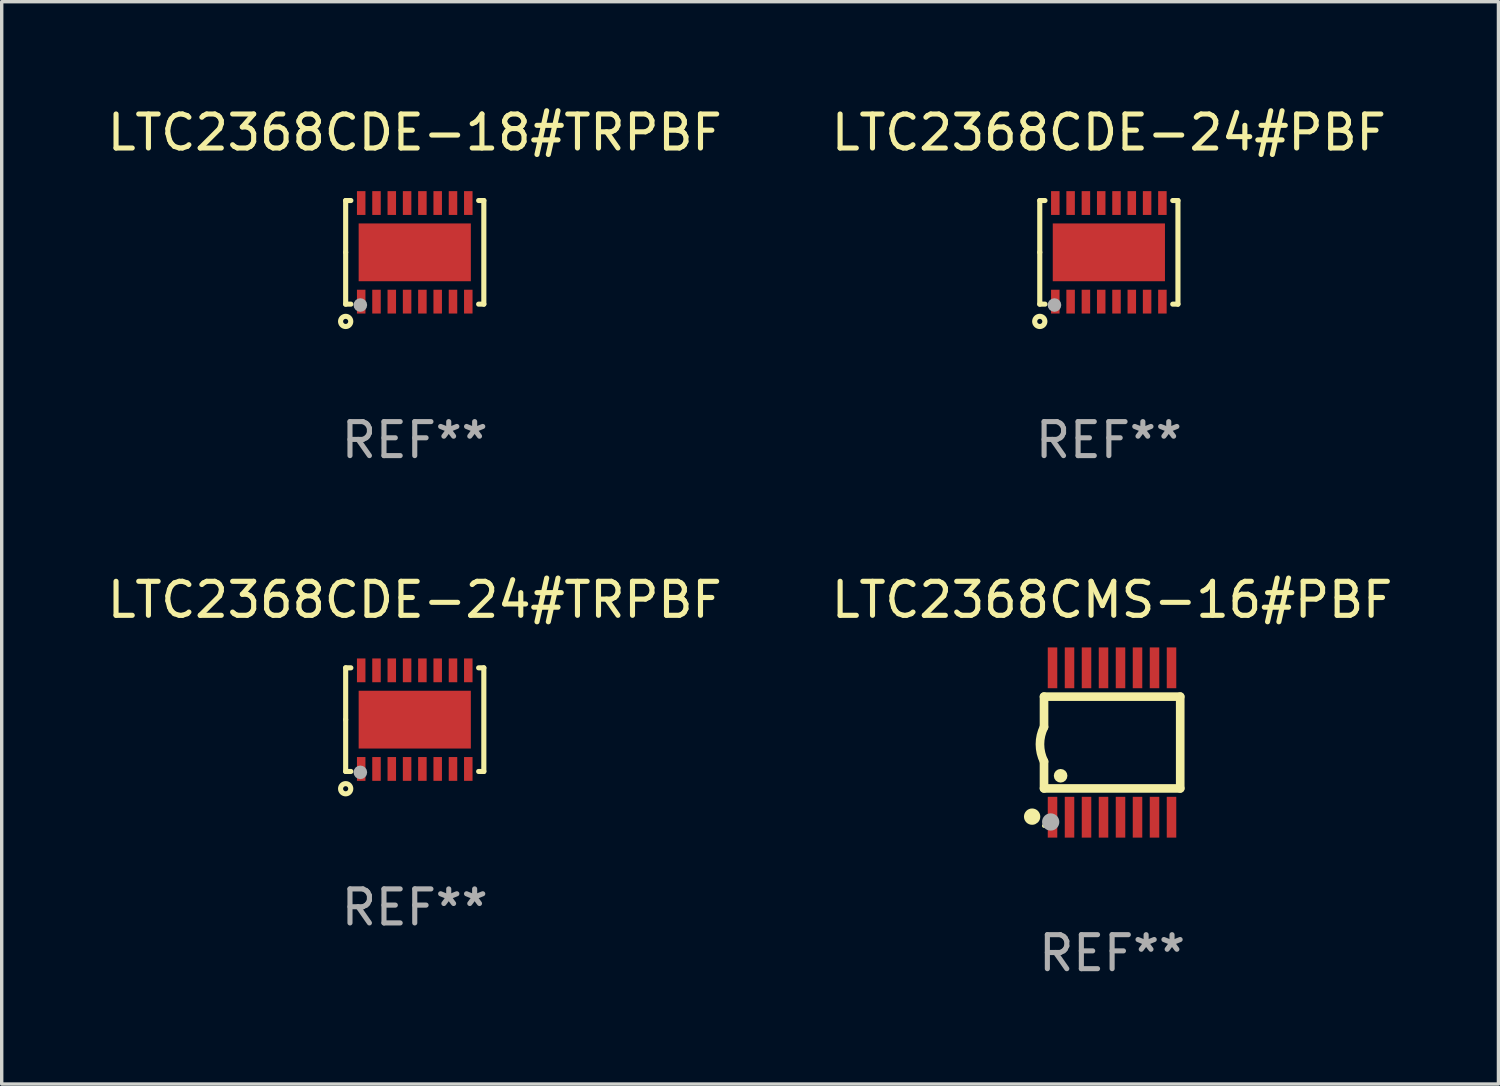
<source format=kicad_pcb>
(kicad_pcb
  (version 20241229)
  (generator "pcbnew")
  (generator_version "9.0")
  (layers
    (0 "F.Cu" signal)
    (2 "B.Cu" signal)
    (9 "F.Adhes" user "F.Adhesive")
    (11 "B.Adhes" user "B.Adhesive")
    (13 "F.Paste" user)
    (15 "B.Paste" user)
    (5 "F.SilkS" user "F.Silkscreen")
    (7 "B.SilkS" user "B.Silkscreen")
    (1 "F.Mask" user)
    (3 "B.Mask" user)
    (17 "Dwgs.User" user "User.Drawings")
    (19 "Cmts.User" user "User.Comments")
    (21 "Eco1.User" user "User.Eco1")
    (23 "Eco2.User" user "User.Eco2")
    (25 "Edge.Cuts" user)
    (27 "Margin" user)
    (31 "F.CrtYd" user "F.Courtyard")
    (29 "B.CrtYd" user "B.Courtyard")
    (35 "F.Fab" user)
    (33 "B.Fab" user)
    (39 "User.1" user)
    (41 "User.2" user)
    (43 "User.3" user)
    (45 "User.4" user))
  (footprint "LTC2368CDE-18#TRPBF"
    (layer "F.Cu")
    (at 9.149 4.372)
    (property "Reference" "LTC2368CDE-18#TRPBF" (at 0 -3.524 0) (layer "F.SilkS") (effects (font (size 1 1) (thickness 0.15))))
    (attr through_hole)
    (fp_line (start -2.032 -1.524) (end -1.879 -1.524) (stroke (width 0.15) (type solid)) (layer "F.SilkS"))
    (fp_line (start -2.032 0) (end -2.032 -1.524) (stroke (width 0.15) (type solid)) (layer "F.SilkS"))
    (fp_line (start -2.032 1.524) (end -2.032 0) (stroke (width 0.15) (type solid)) (layer "F.SilkS"))
    (fp_line (start -1.879 1.524) (end -2.032 1.524) (stroke (width 0.15) (type solid)) (layer "F.SilkS"))
    (fp_line (start 1.879 -1.524) (end 2.032 -1.524) (stroke (width 0.15) (type solid)) (layer "F.SilkS"))
    (fp_line (start 2.032 -1.524) (end 2.032 1.524) (stroke (width 0.15) (type solid)) (layer "F.SilkS"))
    (fp_line (start 2.032 1.524) (end 1.879 1.524) (stroke (width 0.15) (type solid)) (layer "F.SilkS"))
    (fp_circle (center -2.032 2.032) (end -1.882 2.032) (stroke (width 0.15) (type solid)) (fill no) (layer "F.SilkS"))
    (fp_circle (center -2 1.5) (end -1.97 1.5) (stroke (width 0.06) (type solid)) (fill no) (layer "F.SilkS"))
    (fp_circle (center -1.6 1.55) (end -1.5 1.55) (stroke (width 0.2) (type solid)) (fill no) (layer "F.Fab"))
    (fp_text user "REF**" (at 0 5.524 0) (layer "F.Fab") (effects (font (size 1 1) (thickness 0.15))))
    (pad "1" smd rect (at -1.575 1.45 90) (size 0.7 0.25) (layers "F.Cu" "F.Mask" "F.Paste"))
    (pad "2" smd rect (at -1.125 1.45 90) (size 0.7 0.25) (layers "F.Cu" "F.Mask" "F.Paste"))
    (pad "3" smd rect (at -0.675 1.45 90) (size 0.7 0.25) (layers "F.Cu" "F.Mask" "F.Paste"))
    (pad "4" smd rect (at -0.225 1.45 90) (size 0.7 0.25) (layers "F.Cu" "F.Mask" "F.Paste"))
    (pad "5" smd rect (at 0.225 1.45 90) (size 0.7 0.25) (layers "F.Cu" "F.Mask" "F.Paste"))
    (pad "6" smd rect (at 0.675 1.45 90) (size 0.7 0.25) (layers "F.Cu" "F.Mask" "F.Paste"))
    (pad "7" smd rect (at 1.125 1.45 90) (size 0.7 0.25) (layers "F.Cu" "F.Mask" "F.Paste"))
    (pad "8" smd rect (at 1.575 1.45 90) (size 0.7 0.25) (layers "F.Cu" "F.Mask" "F.Paste"))
    (pad "9" smd rect (at 1.575 -1.45 90) (size 0.7 0.25) (layers "F.Cu" "F.Mask" "F.Paste"))
    (pad "10" smd rect (at 1.125 -1.45 90) (size 0.7 0.25) (layers "F.Cu" "F.Mask" "F.Paste"))
    (pad "11" smd rect (at 0.675 -1.45 90) (size 0.7 0.25) (layers "F.Cu" "F.Mask" "F.Paste"))
    (pad "12" smd rect (at 0.225 -1.45 90) (size 0.7 0.25) (layers "F.Cu" "F.Mask" "F.Paste"))
    (pad "13" smd rect (at -0.225 -1.45 90) (size 0.7 0.25) (layers "F.Cu" "F.Mask" "F.Paste"))
    (pad "14" smd rect (at -0.675 -1.45 90) (size 0.7 0.25) (layers "F.Cu" "F.Mask" "F.Paste"))
    (pad "15" smd rect (at -1.125 -1.45 90) (size 0.7 0.25) (layers "F.Cu" "F.Mask" "F.Paste"))
    (pad "16" smd rect (at -1.575 -1.45 90) (size 0.7 0.25) (layers "F.Cu" "F.Mask" "F.Paste"))
    (pad "17" smd rect (at 0.000127 0 90) (size 1.7 3.3) (layers "F.Cu" "F.Mask" "F.Paste")))
  (footprint "LTC2368CDE-24#TRPBF"
    (layer "F.Cu")
    (at 9.149 18.117)
    (property "Reference" "LTC2368CDE-24#TRPBF" (at 0 -3.524 0) (layer "F.SilkS") (effects (font (size 1 1) (thickness 0.15))))
    (attr through_hole)
    (fp_line (start -2.032 -1.524) (end -1.879 -1.524) (stroke (width 0.15) (type solid)) (layer "F.SilkS"))
    (fp_line (start -2.032 0) (end -2.032 -1.524) (stroke (width 0.15) (type solid)) (layer "F.SilkS"))
    (fp_line (start -2.032 1.524) (end -2.032 0) (stroke (width 0.15) (type solid)) (layer "F.SilkS"))
    (fp_line (start -1.879 1.524) (end -2.032 1.524) (stroke (width 0.15) (type solid)) (layer "F.SilkS"))
    (fp_line (start 1.879 -1.524) (end 2.032 -1.524) (stroke (width 0.15) (type solid)) (layer "F.SilkS"))
    (fp_line (start 2.032 -1.524) (end 2.032 1.524) (stroke (width 0.15) (type solid)) (layer "F.SilkS"))
    (fp_line (start 2.032 1.524) (end 1.879 1.524) (stroke (width 0.15) (type solid)) (layer "F.SilkS"))
    (fp_circle (center -2.032 2.032) (end -1.882 2.032) (stroke (width 0.15) (type solid)) (fill no) (layer "F.SilkS"))
    (fp_circle (center -2 1.5) (end -1.97 1.5) (stroke (width 0.06) (type solid)) (fill no) (layer "F.SilkS"))
    (fp_circle (center -1.6 1.55) (end -1.5 1.55) (stroke (width 0.2) (type solid)) (fill no) (layer "F.Fab"))
    (fp_text user "REF**" (at 0 5.524 0) (layer "F.Fab") (effects (font (size 1 1) (thickness 0.15))))
    (pad "1" smd rect (at -1.575 1.45 90) (size 0.7 0.25) (layers "F.Cu" "F.Mask" "F.Paste"))
    (pad "2" smd rect (at -1.125 1.45 90) (size 0.7 0.25) (layers "F.Cu" "F.Mask" "F.Paste"))
    (pad "3" smd rect (at -0.675 1.45 90) (size 0.7 0.25) (layers "F.Cu" "F.Mask" "F.Paste"))
    (pad "4" smd rect (at -0.225 1.45 90) (size 0.7 0.25) (layers "F.Cu" "F.Mask" "F.Paste"))
    (pad "5" smd rect (at 0.225 1.45 90) (size 0.7 0.25) (layers "F.Cu" "F.Mask" "F.Paste"))
    (pad "6" smd rect (at 0.675 1.45 90) (size 0.7 0.25) (layers "F.Cu" "F.Mask" "F.Paste"))
    (pad "7" smd rect (at 1.125 1.45 90) (size 0.7 0.25) (layers "F.Cu" "F.Mask" "F.Paste"))
    (pad "8" smd rect (at 1.575 1.45 90) (size 0.7 0.25) (layers "F.Cu" "F.Mask" "F.Paste"))
    (pad "9" smd rect (at 1.575 -1.45 90) (size 0.7 0.25) (layers "F.Cu" "F.Mask" "F.Paste"))
    (pad "10" smd rect (at 1.125 -1.45 90) (size 0.7 0.25) (layers "F.Cu" "F.Mask" "F.Paste"))
    (pad "11" smd rect (at 0.675 -1.45 90) (size 0.7 0.25) (layers "F.Cu" "F.Mask" "F.Paste"))
    (pad "12" smd rect (at 0.225 -1.45 90) (size 0.7 0.25) (layers "F.Cu" "F.Mask" "F.Paste"))
    (pad "13" smd rect (at -0.225 -1.45 90) (size 0.7 0.25) (layers "F.Cu" "F.Mask" "F.Paste"))
    (pad "14" smd rect (at -0.675 -1.45 90) (size 0.7 0.25) (layers "F.Cu" "F.Mask" "F.Paste"))
    (pad "15" smd rect (at -1.125 -1.45 90) (size 0.7 0.25) (layers "F.Cu" "F.Mask" "F.Paste"))
    (pad "16" smd rect (at -1.575 -1.45 90) (size 0.7 0.25) (layers "F.Cu" "F.Mask" "F.Paste"))
    (pad "17" smd rect (at 0.000127 0 90) (size 1.7 3.3) (layers "F.Cu" "F.Mask" "F.Paste")))
  (footprint "LTC2368CMS-16#PBF"
    (layer "F.Cu")
    (at 29.661 18.79)
    (property "Reference" "LTC2368CMS-16#PBF" (at 0 -4.197 0) (layer "F.SilkS") (effects (font (size 1 1) (thickness 0.15))))
    (attr through_hole)
    (fp_line (start -2.003 -1.35) (end -2.003 -0.457) (stroke (width 0.254) (type solid)) (layer "F.SilkS"))
    (fp_line (start -2.003 -1.35) (end 2.003 -1.35) (stroke (width 0.254) (type solid)) (layer "F.SilkS"))
    (fp_line (start -2.003 1.35) (end -2.003 0.559) (stroke (width 0.254) (type solid)) (layer "F.SilkS"))
    (fp_line (start -2.003 1.35) (end 2.003 1.35) (stroke (width 0.254) (type solid)) (layer "F.SilkS"))
    (fp_line (start 2.003 -1.35) (end 2.003 1.35) (stroke (width 0.254) (type solid)) (layer "F.SilkS"))
    (fp_arc (start -2.002286 0.558802) (mid -2.122556 0.05092) (end -2.003302 -0.457201) (stroke (width 0.254001) (type solid)) (layer "F.SilkS"))
    (fp_circle (center -2.353 2.18) (end -2.233 2.18) (stroke (width 0.24) (type solid)) (fill no) (layer "F.SilkS"))
    (fp_circle (center -2.003 2.45) (end -1.973 2.45) (stroke (width 0.06) (type solid)) (fill no) (layer "F.SilkS"))
    (fp_circle (center -1.515 0.978) (end -1.415 0.978) (stroke (width 0.2) (type solid)) (fill no) (layer "F.SilkS"))
    (fp_circle (center -1.807 2.337) (end -1.68 2.337) (stroke (width 0.254) (type solid)) (fill no) (layer "F.Fab"))
    (fp_text user "REF**" (at 0 6.197 0) (layer "F.Fab") (effects (font (size 1 1) (thickness 0.15))))
    (pad "1" smd rect (at -1.753 2.197 90) (size 1.2 0.28) (layers "F.Cu" "F.Mask" "F.Paste"))
    (pad "2" smd rect (at -1.253 2.197 90) (size 1.2 0.28) (layers "F.Cu" "F.Mask" "F.Paste"))
    (pad "3" smd rect (at -0.753 2.197 90) (size 1.2 0.28) (layers "F.Cu" "F.Mask" "F.Paste"))
    (pad "4" smd rect (at -0.253 2.197 90) (size 1.2 0.28) (layers "F.Cu" "F.Mask" "F.Paste"))
    (pad "5" smd rect (at 0.247 2.197 90) (size 1.2 0.28) (layers "F.Cu" "F.Mask" "F.Paste"))
    (pad "6" smd rect (at 0.747 2.197 90) (size 1.2 0.28) (layers "F.Cu" "F.Mask" "F.Paste"))
    (pad "7" smd rect (at 1.247 2.197 90) (size 1.2 0.28) (layers "F.Cu" "F.Mask" "F.Paste"))
    (pad "8" smd rect (at 1.747 2.197 90) (size 1.2 0.28) (layers "F.Cu" "F.Mask" "F.Paste"))
    (pad "9" smd rect (at 1.747 -2.197 90) (size 1.2 0.28) (layers "F.Cu" "F.Mask" "F.Paste"))
    (pad "10" smd rect (at 1.247 -2.197 90) (size 1.2 0.28) (layers "F.Cu" "F.Mask" "F.Paste"))
    (pad "11" smd rect (at 0.747 -2.197 90) (size 1.2 0.28) (layers "F.Cu" "F.Mask" "F.Paste"))
    (pad "12" smd rect (at 0.247 -2.197 90) (size 1.2 0.28) (layers "F.Cu" "F.Mask" "F.Paste"))
    (pad "13" smd rect (at -0.253 -2.197 90) (size 1.2 0.28) (layers "F.Cu" "F.Mask" "F.Paste"))
    (pad "14" smd rect (at -0.753 -2.197 90) (size 1.2 0.28) (layers "F.Cu" "F.Mask" "F.Paste"))
    (pad "15" smd rect (at -1.253 -2.197 90) (size 1.2 0.28) (layers "F.Cu" "F.Mask" "F.Paste"))
    (pad "16" smd rect (at -1.753 -2.197 90) (size 1.2 0.28) (layers "F.Cu" "F.Mask" "F.Paste")))
  (footprint "LTC2368CDE-24#PBF"
    (layer "F.Cu")
    (at 29.565 4.372)
    (property "Reference" "LTC2368CDE-24#PBF" (at 0 -3.524 0) (layer "F.SilkS") (effects (font (size 1 1) (thickness 0.15))))
    (attr through_hole)
    (fp_line (start -2.032 -1.524) (end -1.879 -1.524) (stroke (width 0.15) (type solid)) (layer "F.SilkS"))
    (fp_line (start -2.032 0) (end -2.032 -1.524) (stroke (width 0.15) (type solid)) (layer "F.SilkS"))
    (fp_line (start -2.032 1.524) (end -2.032 0) (stroke (width 0.15) (type solid)) (layer "F.SilkS"))
    (fp_line (start -1.879 1.524) (end -2.032 1.524) (stroke (width 0.15) (type solid)) (layer "F.SilkS"))
    (fp_line (start 1.879 -1.524) (end 2.032 -1.524) (stroke (width 0.15) (type solid)) (layer "F.SilkS"))
    (fp_line (start 2.032 -1.524) (end 2.032 1.524) (stroke (width 0.15) (type solid)) (layer "F.SilkS"))
    (fp_line (start 2.032 1.524) (end 1.879 1.524) (stroke (width 0.15) (type solid)) (layer "F.SilkS"))
    (fp_circle (center -2.032 2.032) (end -1.882 2.032) (stroke (width 0.15) (type solid)) (fill no) (layer "F.SilkS"))
    (fp_circle (center -2 1.5) (end -1.97 1.5) (stroke (width 0.06) (type solid)) (fill no) (layer "F.SilkS"))
    (fp_circle (center -1.6 1.55) (end -1.5 1.55) (stroke (width 0.2) (type solid)) (fill no) (layer "F.Fab"))
    (fp_text user "REF**" (at 0 5.524 0) (layer "F.Fab") (effects (font (size 1 1) (thickness 0.15))))
    (pad "1" smd rect (at -1.575 1.45 90) (size 0.7 0.25) (layers "F.Cu" "F.Mask" "F.Paste"))
    (pad "2" smd rect (at -1.125 1.45 90) (size 0.7 0.25) (layers "F.Cu" "F.Mask" "F.Paste"))
    (pad "3" smd rect (at -0.675 1.45 90) (size 0.7 0.25) (layers "F.Cu" "F.Mask" "F.Paste"))
    (pad "4" smd rect (at -0.225 1.45 90) (size 0.7 0.25) (layers "F.Cu" "F.Mask" "F.Paste"))
    (pad "5" smd rect (at 0.225 1.45 90) (size 0.7 0.25) (layers "F.Cu" "F.Mask" "F.Paste"))
    (pad "6" smd rect (at 0.675 1.45 90) (size 0.7 0.25) (layers "F.Cu" "F.Mask" "F.Paste"))
    (pad "7" smd rect (at 1.125 1.45 90) (size 0.7 0.25) (layers "F.Cu" "F.Mask" "F.Paste"))
    (pad "8" smd rect (at 1.575 1.45 90) (size 0.7 0.25) (layers "F.Cu" "F.Mask" "F.Paste"))
    (pad "9" smd rect (at 1.575 -1.45 90) (size 0.7 0.25) (layers "F.Cu" "F.Mask" "F.Paste"))
    (pad "10" smd rect (at 1.125 -1.45 90) (size 0.7 0.25) (layers "F.Cu" "F.Mask" "F.Paste"))
    (pad "11" smd rect (at 0.675 -1.45 90) (size 0.7 0.25) (layers "F.Cu" "F.Mask" "F.Paste"))
    (pad "12" smd rect (at 0.225 -1.45 90) (size 0.7 0.25) (layers "F.Cu" "F.Mask" "F.Paste"))
    (pad "13" smd rect (at -0.225 -1.45 90) (size 0.7 0.25) (layers "F.Cu" "F.Mask" "F.Paste"))
    (pad "14" smd rect (at -0.675 -1.45 90) (size 0.7 0.25) (layers "F.Cu" "F.Mask" "F.Paste"))
    (pad "15" smd rect (at -1.125 -1.45 90) (size 0.7 0.25) (layers "F.Cu" "F.Mask" "F.Paste"))
    (pad "16" smd rect (at -1.575 -1.45 90) (size 0.7 0.25) (layers "F.Cu" "F.Mask" "F.Paste"))
    (pad "17" smd rect (at 0.000127 0 90) (size 1.7 3.3) (layers "F.Cu" "F.Mask" "F.Paste")))
  (gr_rect
    (start -3 -3)
    (end 41.024 28.835)
    (stroke (width 0.1) (type default))
    (fill no)
    (layer "Edge.Cuts")))
</source>
